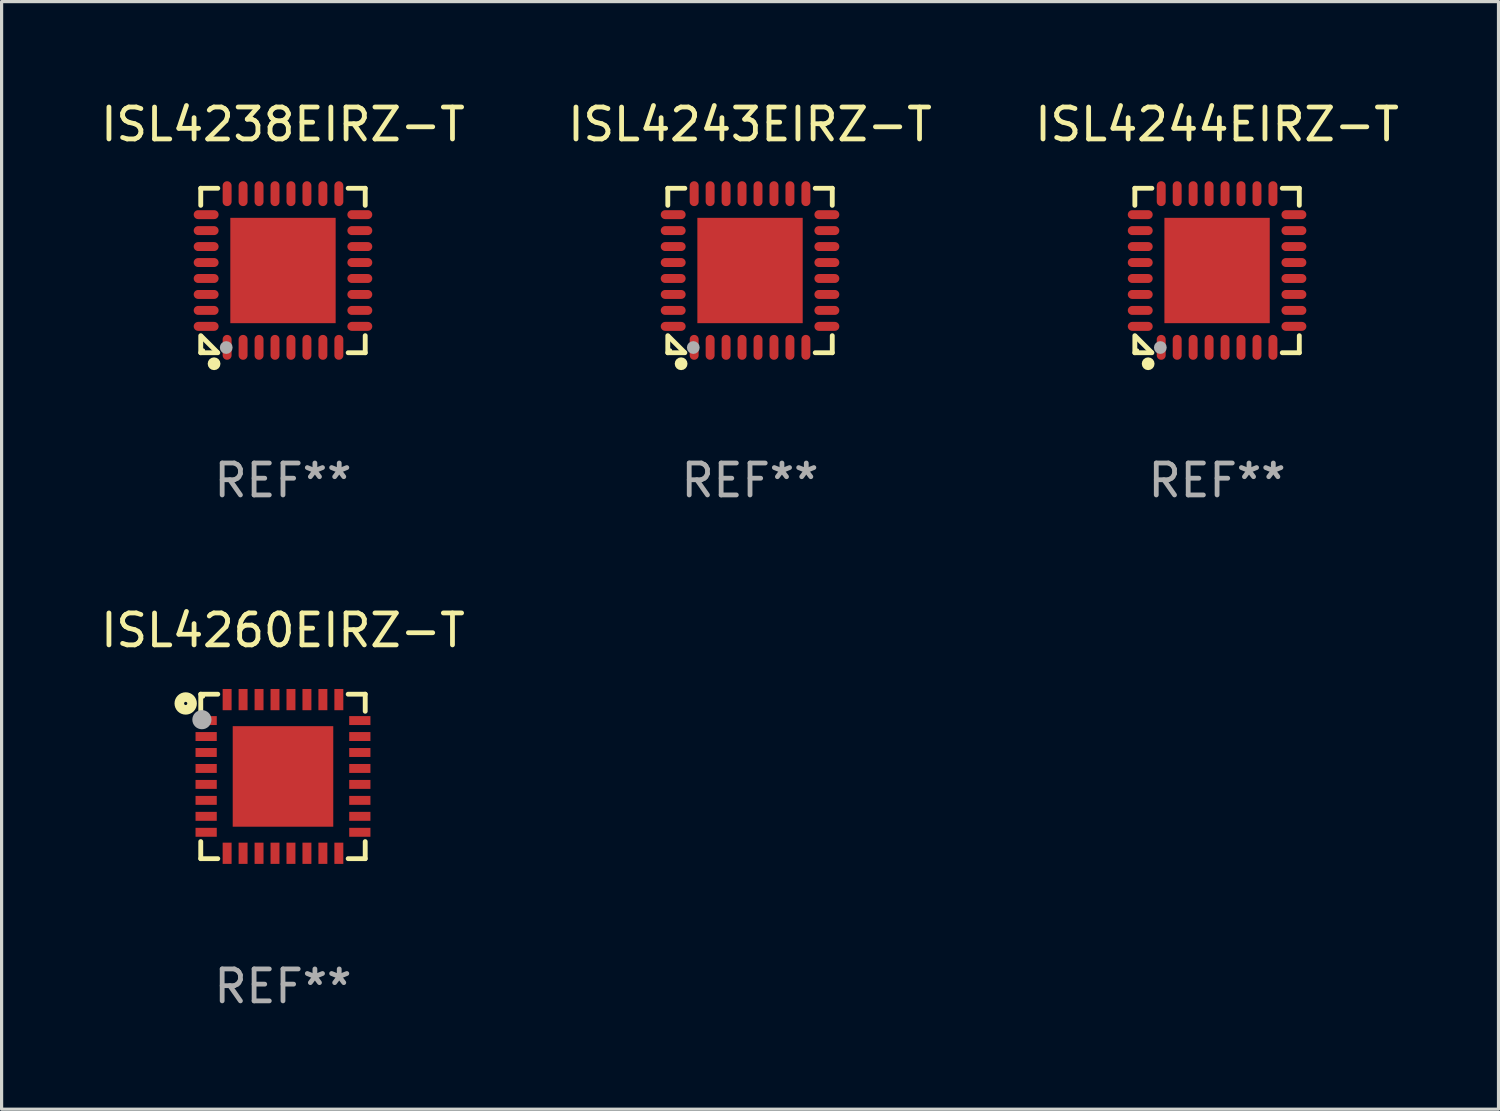
<source format=kicad_pcb>
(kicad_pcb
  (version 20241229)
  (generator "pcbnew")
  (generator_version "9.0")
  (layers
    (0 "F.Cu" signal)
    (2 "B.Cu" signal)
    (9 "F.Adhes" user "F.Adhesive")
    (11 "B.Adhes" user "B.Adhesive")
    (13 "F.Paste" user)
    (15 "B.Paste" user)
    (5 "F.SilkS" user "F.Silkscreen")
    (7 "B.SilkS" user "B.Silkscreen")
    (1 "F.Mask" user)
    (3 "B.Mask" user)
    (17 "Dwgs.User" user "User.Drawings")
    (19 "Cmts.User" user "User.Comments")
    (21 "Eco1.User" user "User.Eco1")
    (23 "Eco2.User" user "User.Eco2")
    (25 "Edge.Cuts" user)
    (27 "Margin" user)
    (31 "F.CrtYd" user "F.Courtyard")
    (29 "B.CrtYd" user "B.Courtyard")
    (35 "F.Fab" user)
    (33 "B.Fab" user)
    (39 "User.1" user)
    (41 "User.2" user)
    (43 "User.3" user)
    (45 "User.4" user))
  (footprint "ISL4238EIRZ-T"
    (layer "F.Cu")
    (at 5.815 5.424)
    (property "Reference" "ISL4238EIRZ-T" (at 0 -4.576 0) (layer "F.SilkS") (effects (font (size 1 1) (thickness 0.15))))
    (attr through_hole)
    (fp_line (start -2.576 -2.576) (end -2.576 -2.042) (stroke (width 0.152) (type solid)) (layer "F.SilkS"))
    (fp_line (start -2.576 2.576) (end -2.576 2.042) (stroke (width 0.152) (type solid)) (layer "F.SilkS"))
    (fp_line (start -2.549 2.069) (end -2.069 2.549) (stroke (width 0.152) (type solid)) (layer "F.SilkS"))
    (fp_line (start -2.042 -2.576) (end -2.576 -2.576) (stroke (width 0.152) (type solid)) (layer "F.SilkS"))
    (fp_line (start -2.042 2.576) (end -2.576 2.576) (stroke (width 0.152) (type solid)) (layer "F.SilkS"))
    (fp_line (start 2.042 -2.576) (end 2.576 -2.576) (stroke (width 0.152) (type solid)) (layer "F.SilkS"))
    (fp_line (start 2.042 2.576) (end 2.576 2.576) (stroke (width 0.152) (type solid)) (layer "F.SilkS"))
    (fp_line (start 2.576 -2.576) (end 2.576 -2.042) (stroke (width 0.152) (type solid)) (layer "F.SilkS"))
    (fp_line (start 2.576 2.576) (end 2.576 2.042) (stroke (width 0.152) (type solid)) (layer "F.SilkS"))
    (fp_circle (center -2.5 2.5) (end -2.47 2.5) (stroke (width 0.06) (type solid)) (fill no) (layer "F.SilkS"))
    (fp_circle (center -2.159 2.921) (end -2.059 2.921) (stroke (width 0.2) (type solid)) (fill no) (layer "F.SilkS"))
    (fp_circle (center -1.778 2.413) (end -1.678 2.413) (stroke (width 0.2) (type solid)) (fill no) (layer "F.Fab"))
    (fp_text user "REF**" (at 0 6.576 0) (layer "F.Fab") (effects (font (size 1 1) (thickness 0.15))))
    (pad "1" smd oval (at -1.75 2.407 90) (size 0.78 0.28) (layers "F.Cu" "F.Mask" "F.Paste"))
    (pad "2" smd oval (at -1.25 2.407 90) (size 0.78 0.28) (layers "F.Cu" "F.Mask" "F.Paste"))
    (pad "3" smd oval (at -0.75 2.407 90) (size 0.78 0.28) (layers "F.Cu" "F.Mask" "F.Paste"))
    (pad "4" smd oval (at -0.25 2.407 90) (size 0.78 0.28) (layers "F.Cu" "F.Mask" "F.Paste"))
    (pad "5" smd oval (at 0.25 2.407 90) (size 0.78 0.28) (layers "F.Cu" "F.Mask" "F.Paste"))
    (pad "6" smd oval (at 0.75 2.407 90) (size 0.78 0.28) (layers "F.Cu" "F.Mask" "F.Paste"))
    (pad "7" smd oval (at 1.25 2.407 90) (size 0.78 0.28) (layers "F.Cu" "F.Mask" "F.Paste"))
    (pad "8" smd oval (at 1.75 2.407 90) (size 0.78 0.28) (layers "F.Cu" "F.Mask" "F.Paste"))
    (pad "9" smd oval (at 2.407 1.75 90) (size 0.28 0.78) (layers "F.Cu" "F.Mask" "F.Paste"))
    (pad "10" smd oval (at 2.407 1.25 90) (size 0.28 0.78) (layers "F.Cu" "F.Mask" "F.Paste"))
    (pad "11" smd oval (at 2.407 0.75 90) (size 0.28 0.78) (layers "F.Cu" "F.Mask" "F.Paste"))
    (pad "12" smd oval (at 2.407 0.25 90) (size 0.28 0.78) (layers "F.Cu" "F.Mask" "F.Paste"))
    (pad "13" smd oval (at 2.407 -0.25 90) (size 0.28 0.78) (layers "F.Cu" "F.Mask" "F.Paste"))
    (pad "14" smd oval (at 2.407 -0.75 90) (size 0.28 0.78) (layers "F.Cu" "F.Mask" "F.Paste"))
    (pad "15" smd oval (at 2.407 -1.25 90) (size 0.28 0.78) (layers "F.Cu" "F.Mask" "F.Paste"))
    (pad "16" smd oval (at 2.407 -1.75 90) (size 0.28 0.78) (layers "F.Cu" "F.Mask" "F.Paste"))
    (pad "17" smd oval (at 1.75 -2.407 90) (size 0.78 0.28) (layers "F.Cu" "F.Mask" "F.Paste"))
    (pad "18" smd oval (at 1.25 -2.407 90) (size 0.78 0.28) (layers "F.Cu" "F.Mask" "F.Paste"))
    (pad "19" smd oval (at 0.75 -2.407 90) (size 0.78 0.28) (layers "F.Cu" "F.Mask" "F.Paste"))
    (pad "20" smd oval (at 0.25 -2.407 90) (size 0.78 0.28) (layers "F.Cu" "F.Mask" "F.Paste"))
    (pad "21" smd oval (at -0.25 -2.407 90) (size 0.78 0.28) (layers "F.Cu" "F.Mask" "F.Paste"))
    (pad "22" smd oval (at -0.75 -2.407 90) (size 0.78 0.28) (layers "F.Cu" "F.Mask" "F.Paste"))
    (pad "23" smd oval (at -1.25 -2.407 90) (size 0.78 0.28) (layers "F.Cu" "F.Mask" "F.Paste"))
    (pad "24" smd oval (at -1.75 -2.407 90) (size 0.78 0.28) (layers "F.Cu" "F.Mask" "F.Paste"))
    (pad "25" smd oval (at -2.407 -1.75 90) (size 0.28 0.78) (layers "F.Cu" "F.Mask" "F.Paste"))
    (pad "26" smd oval (at -2.407 -1.25 90) (size 0.28 0.78) (layers "F.Cu" "F.Mask" "F.Paste"))
    (pad "27" smd oval (at -2.407 -0.75 90) (size 0.28 0.78) (layers "F.Cu" "F.Mask" "F.Paste"))
    (pad "28" smd oval (at -2.407 -0.25 90) (size 0.28 0.78) (layers "F.Cu" "F.Mask" "F.Paste"))
    (pad "29" smd oval (at -2.407 0.25 90) (size 0.28 0.78) (layers "F.Cu" "F.Mask" "F.Paste"))
    (pad "30" smd oval (at -2.407 0.75 90) (size 0.28 0.78) (layers "F.Cu" "F.Mask" "F.Paste"))
    (pad "31" smd oval (at -2.407 1.25 90) (size 0.28 0.78) (layers "F.Cu" "F.Mask" "F.Paste"))
    (pad "32" smd oval (at -2.407 1.75 90) (size 0.28 0.78) (layers "F.Cu" "F.Mask" "F.Paste"))
    (pad "33" smd rect (at 0 0 90) (size 3.3 3.3) (layers "F.Cu" "F.Mask" "F.Paste")))
  (footprint "ISL4260EIRZ-T"
    (layer "F.Cu")
    (at 5.815 21.273)
    (property "Reference" "ISL4260EIRZ-T" (at 0 -4.576 0) (layer "F.SilkS") (effects (font (size 1 1) (thickness 0.15))))
    (attr through_hole)
    (fp_line (start -2.576 -2.576) (end -2.042 -2.576) (stroke (width 0.152) (type solid)) (layer "F.SilkS"))
    (fp_line (start -2.576 -2.042) (end -2.576 -2.576) (stroke (width 0.152) (type solid)) (layer "F.SilkS"))
    (fp_line (start -2.576 2.042) (end -2.576 2.576) (stroke (width 0.152) (type solid)) (layer "F.SilkS"))
    (fp_line (start -2.576 2.576) (end -2.042 2.576) (stroke (width 0.152) (type solid)) (layer "F.SilkS"))
    (fp_line (start 2.576 -2.576) (end 2.042 -2.576) (stroke (width 0.152) (type solid)) (layer "F.SilkS"))
    (fp_line (start 2.576 -2.042) (end 2.576 -2.576) (stroke (width 0.152) (type solid)) (layer "F.SilkS"))
    (fp_line (start 2.576 2.042) (end 2.576 2.576) (stroke (width 0.152) (type solid)) (layer "F.SilkS"))
    (fp_line (start 2.576 2.576) (end 2.042 2.576) (stroke (width 0.152) (type solid)) (layer "F.SilkS"))
    (fp_circle (center -3.048 -2.286) (end -2.848 -2.286) (stroke (width 0.3) (type solid)) (fill no) (layer "F.SilkS"))
    (fp_circle (center -2.5 -2.5) (end -2.47 -2.5) (stroke (width 0.06) (type solid)) (fill no) (layer "F.SilkS"))
    (fp_circle (center -2.54 -1.778) (end -2.39 -1.778) (stroke (width 0.3) (type solid)) (fill no) (layer "F.Fab"))
    (fp_text user "REF**" (at 0 6.576 0) (layer "F.Fab") (effects (font (size 1 1) (thickness 0.15))))
    (pad "1" smd rect (at -2.407 -1.75) (size 0.665 0.28) (layers "F.Cu" "F.Mask" "F.Paste"))
    (pad "2" smd rect (at -2.407 -1.25) (size 0.665 0.28) (layers "F.Cu" "F.Mask" "F.Paste"))
    (pad "3" smd rect (at -2.407 -0.75) (size 0.665 0.28) (layers "F.Cu" "F.Mask" "F.Paste"))
    (pad "4" smd rect (at -2.407 -0.25) (size 0.665 0.28) (layers "F.Cu" "F.Mask" "F.Paste"))
    (pad "5" smd rect (at -2.407 0.25) (size 0.665 0.28) (layers "F.Cu" "F.Mask" "F.Paste"))
    (pad "6" smd rect (at -2.407 0.75) (size 0.665 0.28) (layers "F.Cu" "F.Mask" "F.Paste"))
    (pad "7" smd rect (at -2.407 1.25) (size 0.665 0.28) (layers "F.Cu" "F.Mask" "F.Paste"))
    (pad "8" smd rect (at -2.407 1.75) (size 0.665 0.28) (layers "F.Cu" "F.Mask" "F.Paste"))
    (pad "9" smd rect (at -1.75 2.407) (size 0.28 0.665) (layers "F.Cu" "F.Mask" "F.Paste"))
    (pad "10" smd rect (at -1.25 2.407) (size 0.28 0.665) (layers "F.Cu" "F.Mask" "F.Paste"))
    (pad "11" smd rect (at -0.75 2.407) (size 0.28 0.665) (layers "F.Cu" "F.Mask" "F.Paste"))
    (pad "12" smd rect (at -0.25 2.407) (size 0.28 0.665) (layers "F.Cu" "F.Mask" "F.Paste"))
    (pad "13" smd rect (at 0.25 2.407) (size 0.28 0.665) (layers "F.Cu" "F.Mask" "F.Paste"))
    (pad "14" smd rect (at 0.75 2.407) (size 0.28 0.665) (layers "F.Cu" "F.Mask" "F.Paste"))
    (pad "15" smd rect (at 1.25 2.407) (size 0.28 0.665) (layers "F.Cu" "F.Mask" "F.Paste"))
    (pad "16" smd rect (at 1.75 2.407) (size 0.28 0.665) (layers "F.Cu" "F.Mask" "F.Paste"))
    (pad "17" smd rect (at 2.407 1.75) (size 0.665 0.28) (layers "F.Cu" "F.Mask" "F.Paste"))
    (pad "18" smd rect (at 2.407 1.25) (size 0.665 0.28) (layers "F.Cu" "F.Mask" "F.Paste"))
    (pad "19" smd rect (at 2.407 0.75) (size 0.665 0.28) (layers "F.Cu" "F.Mask" "F.Paste"))
    (pad "20" smd rect (at 2.407 0.25) (size 0.665 0.28) (layers "F.Cu" "F.Mask" "F.Paste"))
    (pad "21" smd rect (at 2.407 -0.25) (size 0.665 0.28) (layers "F.Cu" "F.Mask" "F.Paste"))
    (pad "22" smd rect (at 2.407 -0.75) (size 0.665 0.28) (layers "F.Cu" "F.Mask" "F.Paste"))
    (pad "23" smd rect (at 2.407 -1.25) (size 0.665 0.28) (layers "F.Cu" "F.Mask" "F.Paste"))
    (pad "24" smd rect (at 2.407 -1.75) (size 0.665 0.28) (layers "F.Cu" "F.Mask" "F.Paste"))
    (pad "25" smd rect (at 1.75 -2.407) (size 0.28 0.665) (layers "F.Cu" "F.Mask" "F.Paste"))
    (pad "26" smd rect (at 1.25 -2.407) (size 0.28 0.665) (layers "F.Cu" "F.Mask" "F.Paste"))
    (pad "27" smd rect (at 0.75 -2.407) (size 0.28 0.665) (layers "F.Cu" "F.Mask" "F.Paste"))
    (pad "28" smd rect (at 0.25 -2.407) (size 0.28 0.665) (layers "F.Cu" "F.Mask" "F.Paste"))
    (pad "29" smd rect (at -0.25 -2.407) (size 0.28 0.665) (layers "F.Cu" "F.Mask" "F.Paste"))
    (pad "30" smd rect (at -0.75 -2.407) (size 0.28 0.665) (layers "F.Cu" "F.Mask" "F.Paste"))
    (pad "31" smd rect (at -1.25 -2.407) (size 0.28 0.665) (layers "F.Cu" "F.Mask" "F.Paste"))
    (pad "32" smd rect (at -1.75 -2.407) (size 0.28 0.665) (layers "F.Cu" "F.Mask" "F.Paste"))
    (pad "33" smd rect (at 0 0) (size 3.15 3.15) (layers "F.Cu" "F.Mask" "F.Paste")))
  (footprint "ISL4243EIRZ-T"
    (layer "F.Cu")
    (at 20.446 5.424)
    (property "Reference" "ISL4243EIRZ-T" (at 0 -4.576 0) (layer "F.SilkS") (effects (font (size 1 1) (thickness 0.15))))
    (attr through_hole)
    (fp_line (start -2.576 -2.576) (end -2.576 -2.042) (stroke (width 0.152) (type solid)) (layer "F.SilkS"))
    (fp_line (start -2.576 2.576) (end -2.576 2.042) (stroke (width 0.152) (type solid)) (layer "F.SilkS"))
    (fp_line (start -2.549 2.069) (end -2.069 2.549) (stroke (width 0.152) (type solid)) (layer "F.SilkS"))
    (fp_line (start -2.042 -2.576) (end -2.576 -2.576) (stroke (width 0.152) (type solid)) (layer "F.SilkS"))
    (fp_line (start -2.042 2.576) (end -2.576 2.576) (stroke (width 0.152) (type solid)) (layer "F.SilkS"))
    (fp_line (start 2.042 -2.576) (end 2.576 -2.576) (stroke (width 0.152) (type solid)) (layer "F.SilkS"))
    (fp_line (start 2.042 2.576) (end 2.576 2.576) (stroke (width 0.152) (type solid)) (layer "F.SilkS"))
    (fp_line (start 2.576 -2.576) (end 2.576 -2.042) (stroke (width 0.152) (type solid)) (layer "F.SilkS"))
    (fp_line (start 2.576 2.576) (end 2.576 2.042) (stroke (width 0.152) (type solid)) (layer "F.SilkS"))
    (fp_circle (center -2.5 2.5) (end -2.47 2.5) (stroke (width 0.06) (type solid)) (fill no) (layer "F.SilkS"))
    (fp_circle (center -2.159 2.921) (end -2.059 2.921) (stroke (width 0.2) (type solid)) (fill no) (layer "F.SilkS"))
    (fp_circle (center -1.778 2.413) (end -1.678 2.413) (stroke (width 0.2) (type solid)) (fill no) (layer "F.Fab"))
    (fp_text user "REF**" (at 0 6.576 0) (layer "F.Fab") (effects (font (size 1 1) (thickness 0.15))))
    (pad "1" smd oval (at -1.75 2.407 90) (size 0.78 0.28) (layers "F.Cu" "F.Mask" "F.Paste"))
    (pad "2" smd oval (at -1.25 2.407 90) (size 0.78 0.28) (layers "F.Cu" "F.Mask" "F.Paste"))
    (pad "3" smd oval (at -0.75 2.407 90) (size 0.78 0.28) (layers "F.Cu" "F.Mask" "F.Paste"))
    (pad "4" smd oval (at -0.25 2.407 90) (size 0.78 0.28) (layers "F.Cu" "F.Mask" "F.Paste"))
    (pad "5" smd oval (at 0.25 2.407 90) (size 0.78 0.28) (layers "F.Cu" "F.Mask" "F.Paste"))
    (pad "6" smd oval (at 0.75 2.407 90) (size 0.78 0.28) (layers "F.Cu" "F.Mask" "F.Paste"))
    (pad "7" smd oval (at 1.25 2.407 90) (size 0.78 0.28) (layers "F.Cu" "F.Mask" "F.Paste"))
    (pad "8" smd oval (at 1.75 2.407 90) (size 0.78 0.28) (layers "F.Cu" "F.Mask" "F.Paste"))
    (pad "9" smd oval (at 2.407 1.75 90) (size 0.28 0.78) (layers "F.Cu" "F.Mask" "F.Paste"))
    (pad "10" smd oval (at 2.407 1.25 90) (size 0.28 0.78) (layers "F.Cu" "F.Mask" "F.Paste"))
    (pad "11" smd oval (at 2.407 0.75 90) (size 0.28 0.78) (layers "F.Cu" "F.Mask" "F.Paste"))
    (pad "12" smd oval (at 2.407 0.25 90) (size 0.28 0.78) (layers "F.Cu" "F.Mask" "F.Paste"))
    (pad "13" smd oval (at 2.407 -0.25 90) (size 0.28 0.78) (layers "F.Cu" "F.Mask" "F.Paste"))
    (pad "14" smd oval (at 2.407 -0.75 90) (size 0.28 0.78) (layers "F.Cu" "F.Mask" "F.Paste"))
    (pad "15" smd oval (at 2.407 -1.25 90) (size 0.28 0.78) (layers "F.Cu" "F.Mask" "F.Paste"))
    (pad "16" smd oval (at 2.407 -1.75 90) (size 0.28 0.78) (layers "F.Cu" "F.Mask" "F.Paste"))
    (pad "17" smd oval (at 1.75 -2.407 90) (size 0.78 0.28) (layers "F.Cu" "F.Mask" "F.Paste"))
    (pad "18" smd oval (at 1.25 -2.407 90) (size 0.78 0.28) (layers "F.Cu" "F.Mask" "F.Paste"))
    (pad "19" smd oval (at 0.75 -2.407 90) (size 0.78 0.28) (layers "F.Cu" "F.Mask" "F.Paste"))
    (pad "20" smd oval (at 0.25 -2.407 90) (size 0.78 0.28) (layers "F.Cu" "F.Mask" "F.Paste"))
    (pad "21" smd oval (at -0.25 -2.407 90) (size 0.78 0.28) (layers "F.Cu" "F.Mask" "F.Paste"))
    (pad "22" smd oval (at -0.75 -2.407 90) (size 0.78 0.28) (layers "F.Cu" "F.Mask" "F.Paste"))
    (pad "23" smd oval (at -1.25 -2.407 90) (size 0.78 0.28) (layers "F.Cu" "F.Mask" "F.Paste"))
    (pad "24" smd oval (at -1.75 -2.407 90) (size 0.78 0.28) (layers "F.Cu" "F.Mask" "F.Paste"))
    (pad "25" smd oval (at -2.407 -1.75 90) (size 0.28 0.78) (layers "F.Cu" "F.Mask" "F.Paste"))
    (pad "26" smd oval (at -2.407 -1.25 90) (size 0.28 0.78) (layers "F.Cu" "F.Mask" "F.Paste"))
    (pad "27" smd oval (at -2.407 -0.75 90) (size 0.28 0.78) (layers "F.Cu" "F.Mask" "F.Paste"))
    (pad "28" smd oval (at -2.407 -0.25 90) (size 0.28 0.78) (layers "F.Cu" "F.Mask" "F.Paste"))
    (pad "29" smd oval (at -2.407 0.25 90) (size 0.28 0.78) (layers "F.Cu" "F.Mask" "F.Paste"))
    (pad "30" smd oval (at -2.407 0.75 90) (size 0.28 0.78) (layers "F.Cu" "F.Mask" "F.Paste"))
    (pad "31" smd oval (at -2.407 1.25 90) (size 0.28 0.78) (layers "F.Cu" "F.Mask" "F.Paste"))
    (pad "32" smd oval (at -2.407 1.75 90) (size 0.28 0.78) (layers "F.Cu" "F.Mask" "F.Paste"))
    (pad "33" smd rect (at 0 0 90) (size 3.3 3.3) (layers "F.Cu" "F.Mask" "F.Paste")))
  (footprint "ISL4244EIRZ-T"
    (layer "F.Cu")
    (at 35.077 5.424)
    (property "Reference" "ISL4244EIRZ-T" (at 0 -4.576 0) (layer "F.SilkS") (effects (font (size 1 1) (thickness 0.15))))
    (attr through_hole)
    (fp_line (start -2.576 -2.576) (end -2.576 -2.042) (stroke (width 0.152) (type solid)) (layer "F.SilkS"))
    (fp_line (start -2.576 2.576) (end -2.576 2.042) (stroke (width 0.152) (type solid)) (layer "F.SilkS"))
    (fp_line (start -2.549 2.069) (end -2.069 2.549) (stroke (width 0.152) (type solid)) (layer "F.SilkS"))
    (fp_line (start -2.042 -2.576) (end -2.576 -2.576) (stroke (width 0.152) (type solid)) (layer "F.SilkS"))
    (fp_line (start -2.042 2.576) (end -2.576 2.576) (stroke (width 0.152) (type solid)) (layer "F.SilkS"))
    (fp_line (start 2.042 -2.576) (end 2.576 -2.576) (stroke (width 0.152) (type solid)) (layer "F.SilkS"))
    (fp_line (start 2.042 2.576) (end 2.576 2.576) (stroke (width 0.152) (type solid)) (layer "F.SilkS"))
    (fp_line (start 2.576 -2.576) (end 2.576 -2.042) (stroke (width 0.152) (type solid)) (layer "F.SilkS"))
    (fp_line (start 2.576 2.576) (end 2.576 2.042) (stroke (width 0.152) (type solid)) (layer "F.SilkS"))
    (fp_circle (center -2.5 2.5) (end -2.47 2.5) (stroke (width 0.06) (type solid)) (fill no) (layer "F.SilkS"))
    (fp_circle (center -2.159 2.921) (end -2.059 2.921) (stroke (width 0.2) (type solid)) (fill no) (layer "F.SilkS"))
    (fp_circle (center -1.778 2.413) (end -1.678 2.413) (stroke (width 0.2) (type solid)) (fill no) (layer "F.Fab"))
    (fp_text user "REF**" (at 0 6.576 0) (layer "F.Fab") (effects (font (size 1 1) (thickness 0.15))))
    (pad "1" smd oval (at -1.75 2.407 90) (size 0.78 0.28) (layers "F.Cu" "F.Mask" "F.Paste"))
    (pad "2" smd oval (at -1.25 2.407 90) (size 0.78 0.28) (layers "F.Cu" "F.Mask" "F.Paste"))
    (pad "3" smd oval (at -0.75 2.407 90) (size 0.78 0.28) (layers "F.Cu" "F.Mask" "F.Paste"))
    (pad "4" smd oval (at -0.25 2.407 90) (size 0.78 0.28) (layers "F.Cu" "F.Mask" "F.Paste"))
    (pad "5" smd oval (at 0.25 2.407 90) (size 0.78 0.28) (layers "F.Cu" "F.Mask" "F.Paste"))
    (pad "6" smd oval (at 0.75 2.407 90) (size 0.78 0.28) (layers "F.Cu" "F.Mask" "F.Paste"))
    (pad "7" smd oval (at 1.25 2.407 90) (size 0.78 0.28) (layers "F.Cu" "F.Mask" "F.Paste"))
    (pad "8" smd oval (at 1.75 2.407 90) (size 0.78 0.28) (layers "F.Cu" "F.Mask" "F.Paste"))
    (pad "9" smd oval (at 2.407 1.75 90) (size 0.28 0.78) (layers "F.Cu" "F.Mask" "F.Paste"))
    (pad "10" smd oval (at 2.407 1.25 90) (size 0.28 0.78) (layers "F.Cu" "F.Mask" "F.Paste"))
    (pad "11" smd oval (at 2.407 0.75 90) (size 0.28 0.78) (layers "F.Cu" "F.Mask" "F.Paste"))
    (pad "12" smd oval (at 2.407 0.25 90) (size 0.28 0.78) (layers "F.Cu" "F.Mask" "F.Paste"))
    (pad "13" smd oval (at 2.407 -0.25 90) (size 0.28 0.78) (layers "F.Cu" "F.Mask" "F.Paste"))
    (pad "14" smd oval (at 2.407 -0.75 90) (size 0.28 0.78) (layers "F.Cu" "F.Mask" "F.Paste"))
    (pad "15" smd oval (at 2.407 -1.25 90) (size 0.28 0.78) (layers "F.Cu" "F.Mask" "F.Paste"))
    (pad "16" smd oval (at 2.407 -1.75 90) (size 0.28 0.78) (layers "F.Cu" "F.Mask" "F.Paste"))
    (pad "17" smd oval (at 1.75 -2.407 90) (size 0.78 0.28) (layers "F.Cu" "F.Mask" "F.Paste"))
    (pad "18" smd oval (at 1.25 -2.407 90) (size 0.78 0.28) (layers "F.Cu" "F.Mask" "F.Paste"))
    (pad "19" smd oval (at 0.75 -2.407 90) (size 0.78 0.28) (layers "F.Cu" "F.Mask" "F.Paste"))
    (pad "20" smd oval (at 0.25 -2.407 90) (size 0.78 0.28) (layers "F.Cu" "F.Mask" "F.Paste"))
    (pad "21" smd oval (at -0.25 -2.407 90) (size 0.78 0.28) (layers "F.Cu" "F.Mask" "F.Paste"))
    (pad "22" smd oval (at -0.75 -2.407 90) (size 0.78 0.28) (layers "F.Cu" "F.Mask" "F.Paste"))
    (pad "23" smd oval (at -1.25 -2.407 90) (size 0.78 0.28) (layers "F.Cu" "F.Mask" "F.Paste"))
    (pad "24" smd oval (at -1.75 -2.407 90) (size 0.78 0.28) (layers "F.Cu" "F.Mask" "F.Paste"))
    (pad "25" smd oval (at -2.407 -1.75 90) (size 0.28 0.78) (layers "F.Cu" "F.Mask" "F.Paste"))
    (pad "26" smd oval (at -2.407 -1.25 90) (size 0.28 0.78) (layers "F.Cu" "F.Mask" "F.Paste"))
    (pad "27" smd oval (at -2.407 -0.75 90) (size 0.28 0.78) (layers "F.Cu" "F.Mask" "F.Paste"))
    (pad "28" smd oval (at -2.407 -0.25 90) (size 0.28 0.78) (layers "F.Cu" "F.Mask" "F.Paste"))
    (pad "29" smd oval (at -2.407 0.25 90) (size 0.28 0.78) (layers "F.Cu" "F.Mask" "F.Paste"))
    (pad "30" smd oval (at -2.407 0.75 90) (size 0.28 0.78) (layers "F.Cu" "F.Mask" "F.Paste"))
    (pad "31" smd oval (at -2.407 1.25 90) (size 0.28 0.78) (layers "F.Cu" "F.Mask" "F.Paste"))
    (pad "32" smd oval (at -2.407 1.75 90) (size 0.28 0.78) (layers "F.Cu" "F.Mask" "F.Paste"))
    (pad "33" smd rect (at 0 0 90) (size 3.3 3.3) (layers "F.Cu" "F.Mask" "F.Paste")))
  (gr_rect
    (start -3 -3)
    (end 43.893 31.698)
    (stroke (width 0.1) (type default))
    (fill no)
    (layer "Edge.Cuts")))
</source>
